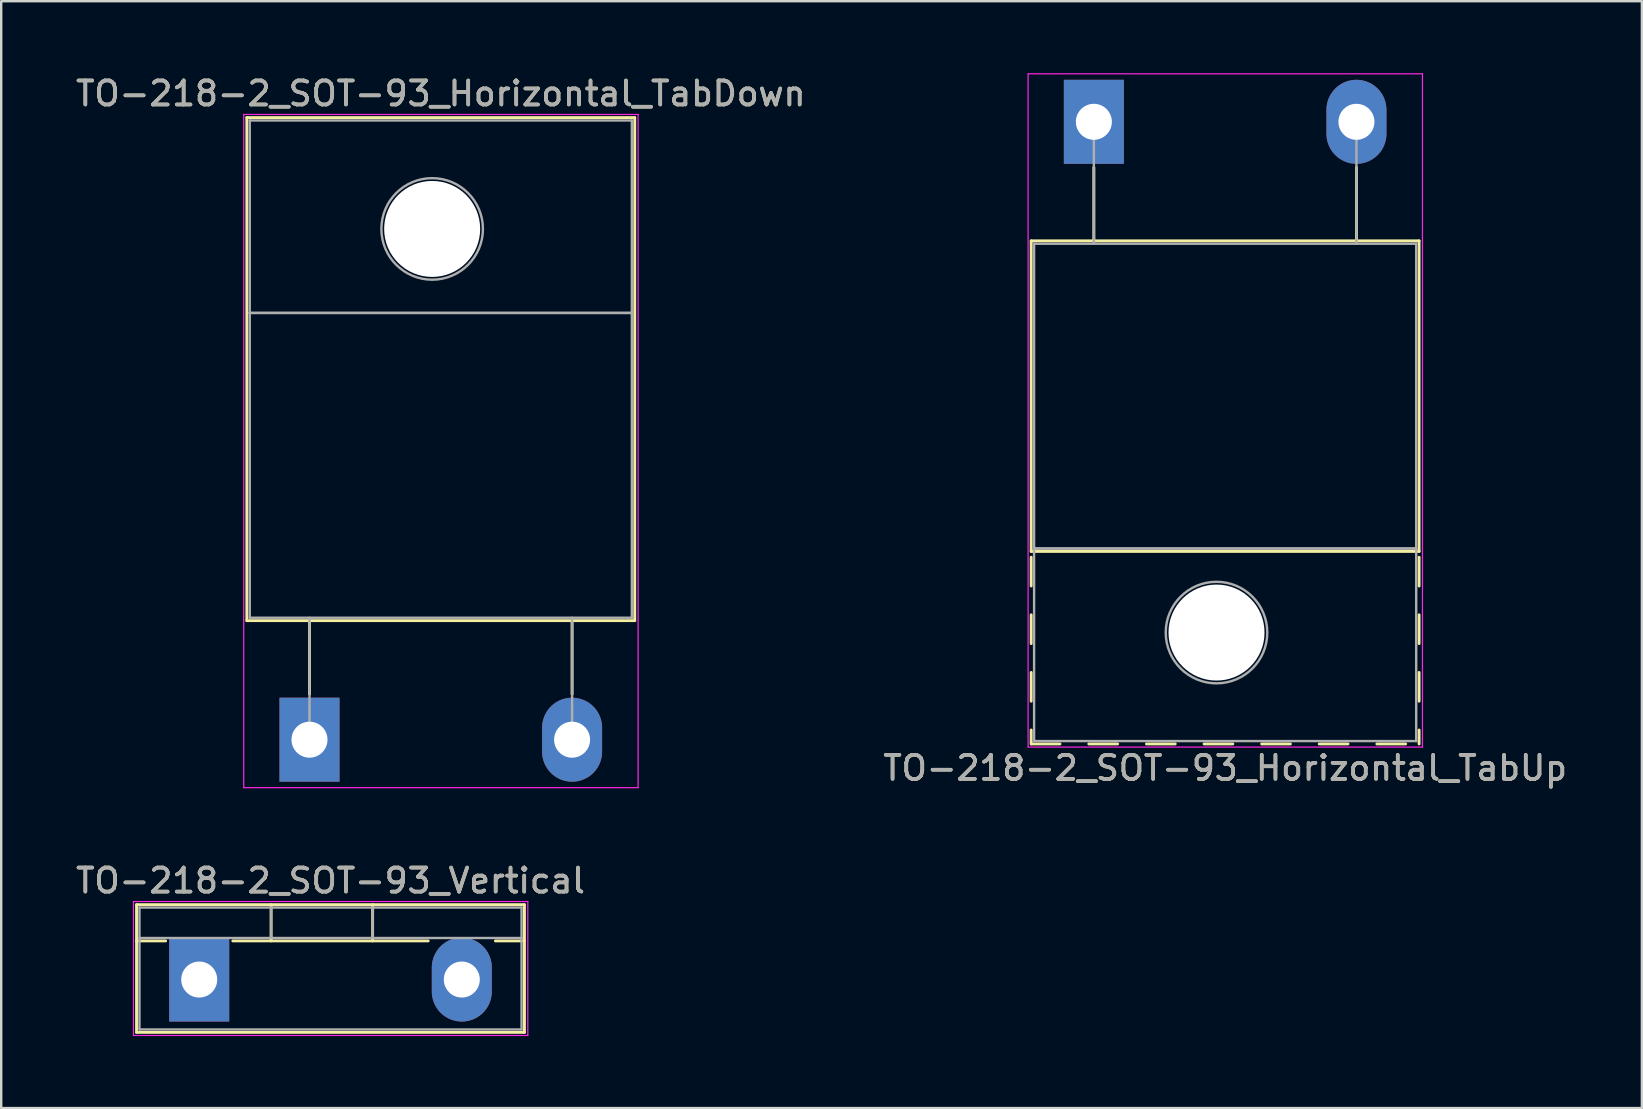
<source format=kicad_pcb>
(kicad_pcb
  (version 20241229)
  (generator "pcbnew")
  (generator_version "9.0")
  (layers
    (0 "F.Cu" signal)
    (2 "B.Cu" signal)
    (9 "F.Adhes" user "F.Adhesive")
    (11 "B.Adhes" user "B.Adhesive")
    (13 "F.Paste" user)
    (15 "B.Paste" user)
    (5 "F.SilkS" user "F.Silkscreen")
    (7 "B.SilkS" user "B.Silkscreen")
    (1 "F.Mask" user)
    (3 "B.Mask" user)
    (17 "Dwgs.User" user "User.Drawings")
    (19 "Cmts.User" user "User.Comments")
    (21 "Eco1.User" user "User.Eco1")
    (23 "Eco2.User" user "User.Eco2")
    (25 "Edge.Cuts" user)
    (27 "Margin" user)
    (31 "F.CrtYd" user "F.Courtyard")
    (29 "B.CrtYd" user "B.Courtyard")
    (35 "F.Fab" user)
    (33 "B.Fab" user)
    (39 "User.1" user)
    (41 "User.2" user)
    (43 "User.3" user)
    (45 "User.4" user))
  (footprint "TO-218-2_SOT-93_Horizontal_TabDown"
    (layer "F.Cu")
    (at 9.845 27.768)
    (property "Reference" "TO-218-2_SOT-93_Horizontal_TabDown" (at 5.47 -26.92 0) (layer "F.SilkS") (effects (font (size 1 1) (thickness 0.15))))
    (attr through_hole)
    (fp_line (start -2.611 -25.92) (end -2.611 -4.96) (stroke (width 0.12) (type solid)) (layer "F.SilkS"))
    (fp_line (start -2.611 -25.92) (end 13.55 -25.92) (stroke (width 0.12) (type solid)) (layer "F.SilkS"))
    (fp_line (start -2.611 -4.96) (end 13.55 -4.96) (stroke (width 0.12) (type solid)) (layer "F.SilkS"))
    (fp_line (start 0 -4.96) (end 0 -1.9) (stroke (width 0.12) (type solid)) (layer "F.SilkS"))
    (fp_line (start 10.94 -4.96) (end 10.94 -1.9) (stroke (width 0.12) (type solid)) (layer "F.SilkS"))
    (fp_line (start 13.55 -25.92) (end 13.55 -4.96) (stroke (width 0.12) (type solid)) (layer "F.SilkS"))
    (fp_line (start -2.74 -26.05) (end -2.74 2) (stroke (width 0.05) (type solid)) (layer "F.CrtYd"))
    (fp_line (start -2.74 2) (end 13.69 2) (stroke (width 0.05) (type solid)) (layer "F.CrtYd"))
    (fp_line (start 13.69 -26.05) (end -2.74 -26.05) (stroke (width 0.05) (type solid)) (layer "F.CrtYd"))
    (fp_line (start 13.69 2) (end 13.69 -26.05) (stroke (width 0.05) (type solid)) (layer "F.CrtYd"))
    (fp_line (start -2.49 -25.8) (end 13.43 -25.8) (stroke (width 0.1) (type solid)) (layer "F.Fab"))
    (fp_line (start -2.49 -17.78) (end -2.49 -25.8) (stroke (width 0.1) (type solid)) (layer "F.Fab"))
    (fp_line (start -2.49 -17.78) (end 13.43 -17.78) (stroke (width 0.1) (type solid)) (layer "F.Fab"))
    (fp_line (start -2.49 -5.08) (end -2.49 -17.78) (stroke (width 0.1) (type solid)) (layer "F.Fab"))
    (fp_line (start 0 -5.08) (end 0 0) (stroke (width 0.1) (type solid)) (layer "F.Fab"))
    (fp_line (start 10.94 -5.08) (end 10.94 0) (stroke (width 0.1) (type solid)) (layer "F.Fab"))
    (fp_line (start 13.43 -25.8) (end 13.43 -17.78) (stroke (width 0.1) (type solid)) (layer "F.Fab"))
    (fp_line (start 13.43 -17.78) (end -2.49 -17.78) (stroke (width 0.1) (type solid)) (layer "F.Fab"))
    (fp_line (start 13.43 -17.78) (end 13.43 -5.08) (stroke (width 0.1) (type solid)) (layer "F.Fab"))
    (fp_line (start 13.43 -5.08) (end -2.49 -5.08) (stroke (width 0.1) (type solid)) (layer "F.Fab"))
    (fp_circle (center 5.11 -21.28) (end 7.225 -21.28) (stroke (width 0.1) (type solid)) (fill no) (layer "F.Fab"))
    (fp_text user "${REFERENCE}" (at 5.47 -26.92 0) (layer "F.Fab") (effects (font (size 1 1) (thickness 0.15))))
    (pad "" np_thru_hole oval (at 5.11 -21.28) (size 4 4) (drill 4) (layers "*.Cu" "*.Mask"))
    (pad "1" thru_hole rect (at 0 0) (size 2.5 3.5) (drill 1.5) (layers "*.Cu" "*.Mask"))
    (pad "2" thru_hole oval (at 10.94 0) (size 2.5 3.5) (drill 1.5) (layers "*.Cu" "*.Mask")))
  (footprint "TO-218-2_SOT-93_Horizontal_TabUp"
    (layer "F.Cu")
    (at 42.524 2.025)
    (property "Reference" "TO-218-2_SOT-93_Horizontal_TabUp" (at 5.47 26.92 0) (layer "F.SilkS") (effects (font (size 1 1) (thickness 0.15))))
    (attr through_hole)
    (fp_line (start -2.611 4.96) (end -2.611 17.9) (stroke (width 0.12) (type solid)) (layer "F.SilkS"))
    (fp_line (start -2.611 4.96) (end 13.55 4.96) (stroke (width 0.12) (type solid)) (layer "F.SilkS"))
    (fp_line (start -2.611 17.9) (end 13.55 17.9) (stroke (width 0.12) (type solid)) (layer "F.SilkS"))
    (fp_line (start -2.611 18.14) (end -2.611 19.34) (stroke (width 0.12) (type solid)) (layer "F.SilkS"))
    (fp_line (start -2.611 20.54) (end -2.611 21.74) (stroke (width 0.12) (type solid)) (layer "F.SilkS"))
    (fp_line (start -2.611 22.94) (end -2.611 24.14) (stroke (width 0.12) (type solid)) (layer "F.SilkS"))
    (fp_line (start -2.611 25.34) (end -2.611 25.92) (stroke (width 0.12) (type solid)) (layer "F.SilkS"))
    (fp_line (start -2.611 25.92) (end -1.411 25.92) (stroke (width 0.12) (type solid)) (layer "F.SilkS"))
    (fp_line (start -0.211 25.92) (end 0.99 25.92) (stroke (width 0.12) (type solid)) (layer "F.SilkS"))
    (fp_line (start 0 1.9) (end 0 4.96) (stroke (width 0.12) (type solid)) (layer "F.SilkS"))
    (fp_line (start 2.19 25.92) (end 3.39 25.92) (stroke (width 0.12) (type solid)) (layer "F.SilkS"))
    (fp_line (start 4.59 25.92) (end 5.79 25.92) (stroke (width 0.12) (type solid)) (layer "F.SilkS"))
    (fp_line (start 6.99 25.92) (end 8.19 25.92) (stroke (width 0.12) (type solid)) (layer "F.SilkS"))
    (fp_line (start 9.39 25.92) (end 10.59 25.92) (stroke (width 0.12) (type solid)) (layer "F.SilkS"))
    (fp_line (start 10.94 1.9) (end 10.94 4.96) (stroke (width 0.12) (type solid)) (layer "F.SilkS"))
    (fp_line (start 11.79 25.92) (end 12.99 25.92) (stroke (width 0.12) (type solid)) (layer "F.SilkS"))
    (fp_line (start 13.55 4.96) (end 13.55 17.9) (stroke (width 0.12) (type solid)) (layer "F.SilkS"))
    (fp_line (start 13.55 18.14) (end 13.55 19.34) (stroke (width 0.12) (type solid)) (layer "F.SilkS"))
    (fp_line (start 13.55 20.54) (end 13.55 21.74) (stroke (width 0.12) (type solid)) (layer "F.SilkS"))
    (fp_line (start 13.55 22.94) (end 13.55 24.14) (stroke (width 0.12) (type solid)) (layer "F.SilkS"))
    (fp_line (start 13.55 25.34) (end 13.55 25.92) (stroke (width 0.12) (type solid)) (layer "F.SilkS"))
    (fp_line (start -2.74 -2) (end -2.74 26.05) (stroke (width 0.05) (type solid)) (layer "F.CrtYd"))
    (fp_line (start -2.74 26.05) (end 13.69 26.05) (stroke (width 0.05) (type solid)) (layer "F.CrtYd"))
    (fp_line (start 13.69 -2) (end -2.74 -2) (stroke (width 0.05) (type solid)) (layer "F.CrtYd"))
    (fp_line (start 13.69 26.05) (end 13.69 -2) (stroke (width 0.05) (type solid)) (layer "F.CrtYd"))
    (fp_line (start -2.49 5.08) (end -2.49 17.78) (stroke (width 0.1) (type solid)) (layer "F.Fab"))
    (fp_line (start -2.49 17.78) (end -2.49 25.8) (stroke (width 0.1) (type solid)) (layer "F.Fab"))
    (fp_line (start -2.49 17.78) (end 13.43 17.78) (stroke (width 0.1) (type solid)) (layer "F.Fab"))
    (fp_line (start -2.49 25.8) (end 13.43 25.8) (stroke (width 0.1) (type solid)) (layer "F.Fab"))
    (fp_line (start 0 5.08) (end 0 0) (stroke (width 0.1) (type solid)) (layer "F.Fab"))
    (fp_line (start 10.94 5.08) (end 10.94 0) (stroke (width 0.1) (type solid)) (layer "F.Fab"))
    (fp_line (start 13.43 5.08) (end -2.49 5.08) (stroke (width 0.1) (type solid)) (layer "F.Fab"))
    (fp_line (start 13.43 17.78) (end -2.49 17.78) (stroke (width 0.1) (type solid)) (layer "F.Fab"))
    (fp_line (start 13.43 17.78) (end 13.43 5.08) (stroke (width 0.1) (type solid)) (layer "F.Fab"))
    (fp_line (start 13.43 25.8) (end 13.43 17.78) (stroke (width 0.1) (type solid)) (layer "F.Fab"))
    (fp_circle (center 5.11 21.28) (end 7.225 21.28) (stroke (width 0.1) (type solid)) (fill no) (layer "F.Fab"))
    (fp_text user "${REFERENCE}" (at 5.47 26.92 0) (layer "F.Fab") (effects (font (size 1 1) (thickness 0.15))))
    (pad "" np_thru_hole oval (at 5.11 21.28) (size 4 4) (drill 4) (layers "*.Cu" "*.Mask"))
    (pad "1" thru_hole rect (at 0 0) (size 2.5 3.5) (drill 1.5) (layers "*.Cu" "*.Mask"))
    (pad "2" thru_hole oval (at 10.94 0) (size 2.5 3.5) (drill 1.5) (layers "*.Cu" "*.Mask")))
  (footprint "TO-218-2_SOT-93_Vertical"
    (layer "F.Cu")
    (at 5.25 37.761)
    (property "Reference" "TO-218-2_SOT-93_Vertical" (at 5.47 -4.12 0) (layer "F.SilkS") (effects (font (size 1 1) (thickness 0.15))))
    (attr through_hole)
    (fp_line (start -2.611 -3.12) (end -2.611 2.2) (stroke (width 0.12) (type solid)) (layer "F.SilkS"))
    (fp_line (start -2.611 -3.12) (end 13.55 -3.12) (stroke (width 0.12) (type solid)) (layer "F.SilkS"))
    (fp_line (start -2.611 -1.61) (end -1.4 -1.61) (stroke (width 0.12) (type solid)) (layer "F.SilkS"))
    (fp_line (start -2.611 2.2) (end 13.55 2.2) (stroke (width 0.12) (type solid)) (layer "F.SilkS"))
    (fp_line (start 1.4 -1.61) (end 9.54 -1.61) (stroke (width 0.12) (type solid)) (layer "F.SilkS"))
    (fp_line (start 2.995 -3.12) (end 2.995 -1.61) (stroke (width 0.12) (type solid)) (layer "F.SilkS"))
    (fp_line (start 7.225 -3.12) (end 7.225 -1.61) (stroke (width 0.12) (type solid)) (layer "F.SilkS"))
    (fp_line (start 12.34 -1.61) (end 13.55 -1.61) (stroke (width 0.12) (type solid)) (layer "F.SilkS"))
    (fp_line (start 13.55 -3.12) (end 13.55 2.2) (stroke (width 0.12) (type solid)) (layer "F.SilkS"))
    (fp_line (start -2.74 -3.25) (end -2.74 2.33) (stroke (width 0.05) (type solid)) (layer "F.CrtYd"))
    (fp_line (start -2.74 2.33) (end 13.69 2.33) (stroke (width 0.05) (type solid)) (layer "F.CrtYd"))
    (fp_line (start 13.69 -3.25) (end -2.74 -3.25) (stroke (width 0.05) (type solid)) (layer "F.CrtYd"))
    (fp_line (start 13.69 2.33) (end 13.69 -3.25) (stroke (width 0.05) (type solid)) (layer "F.CrtYd"))
    (fp_line (start -2.49 -3) (end -2.49 2.08) (stroke (width 0.1) (type solid)) (layer "F.Fab"))
    (fp_line (start -2.49 -1.73) (end 13.43 -1.73) (stroke (width 0.1) (type solid)) (layer "F.Fab"))
    (fp_line (start -2.49 2.08) (end 13.43 2.08) (stroke (width 0.1) (type solid)) (layer "F.Fab"))
    (fp_line (start 2.995 -3) (end 2.995 -1.73) (stroke (width 0.1) (type solid)) (layer "F.Fab"))
    (fp_line (start 7.225 -3) (end 7.225 -1.73) (stroke (width 0.1) (type solid)) (layer "F.Fab"))
    (fp_line (start 13.43 -3) (end -2.49 -3) (stroke (width 0.1) (type solid)) (layer "F.Fab"))
    (fp_line (start 13.43 2.08) (end 13.43 -3) (stroke (width 0.1) (type solid)) (layer "F.Fab"))
    (fp_text user "${REFERENCE}" (at 5.47 -4.12 0) (layer "F.Fab") (effects (font (size 1 1) (thickness 0.15))))
    (pad "1" thru_hole rect (at 0 0) (size 2.5 3.5) (drill 1.5) (layers "*.Cu" "*.Mask"))
    (pad "2" thru_hole oval (at 10.94 0) (size 2.5 3.5) (drill 1.5) (layers "*.Cu" "*.Mask")))
  (gr_rect
    (start -3 -3)
    (end 65.357 43.117)
    (stroke (width 0.1) (type default))
    (fill no)
    (layer "Edge.Cuts")))
</source>
